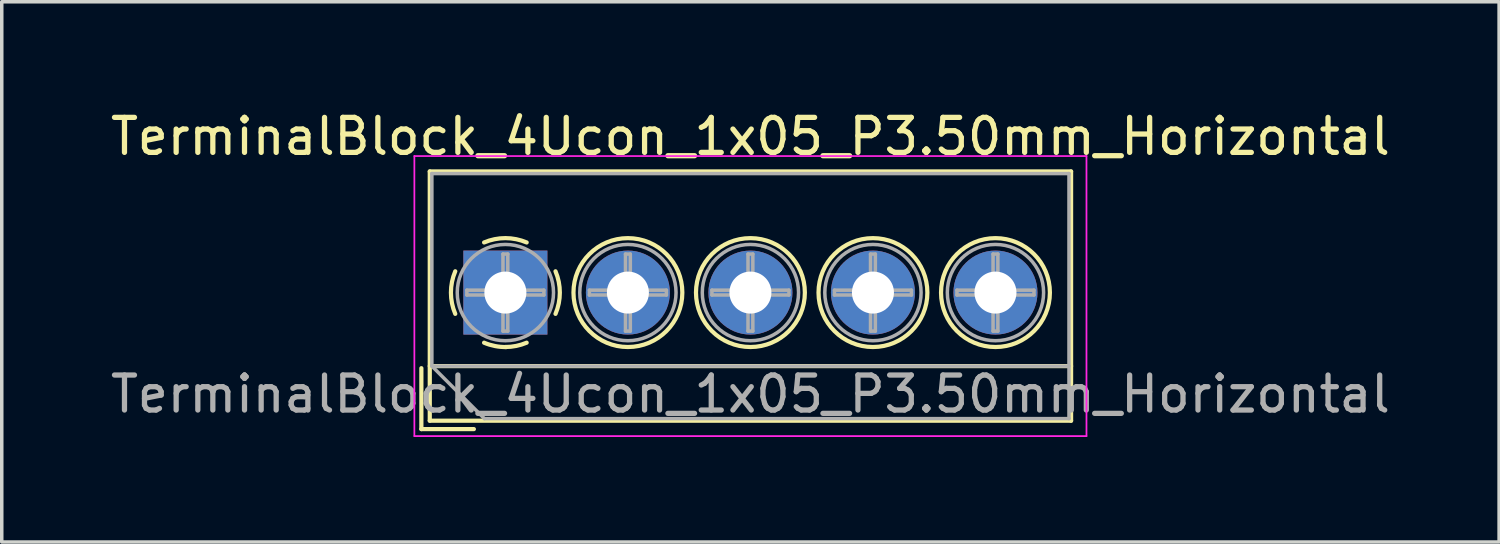
<source format=kicad_pcb>
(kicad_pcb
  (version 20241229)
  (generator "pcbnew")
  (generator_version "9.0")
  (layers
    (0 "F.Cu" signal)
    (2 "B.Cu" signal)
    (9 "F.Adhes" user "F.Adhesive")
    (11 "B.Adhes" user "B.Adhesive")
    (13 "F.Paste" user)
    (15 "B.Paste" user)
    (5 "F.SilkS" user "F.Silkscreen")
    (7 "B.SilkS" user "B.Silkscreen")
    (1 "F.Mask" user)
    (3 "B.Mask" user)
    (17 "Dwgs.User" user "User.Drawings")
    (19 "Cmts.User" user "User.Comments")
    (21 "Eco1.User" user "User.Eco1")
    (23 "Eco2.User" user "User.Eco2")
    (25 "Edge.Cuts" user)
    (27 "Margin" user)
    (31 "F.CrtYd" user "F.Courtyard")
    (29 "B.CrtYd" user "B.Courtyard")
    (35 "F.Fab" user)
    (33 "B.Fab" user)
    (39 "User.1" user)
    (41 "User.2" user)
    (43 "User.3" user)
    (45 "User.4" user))
  (footprint "TerminalBlock_4Ucon_1x05_P3.50mm_Horizontal"
    (layer "F.Cu")
    (at 11.387 5.308)
    (property "Reference" "TerminalBlock_4Ucon_1x05_P3.50mm_Horizontal" (at 7 -4.46 0) (layer "F.SilkS") (effects (font (size 1 1) (thickness 0.15))))
    (attr through_hole)
    (fp_line (start -2.4 2.16) (end -2.4 3.9) (stroke (width 0.12) (type solid)) (layer "F.SilkS"))
    (fp_line (start -2.4 3.9) (end -0.9 3.9) (stroke (width 0.12) (type solid)) (layer "F.SilkS"))
    (fp_line (start -2.16 -3.46) (end -2.16 3.66) (stroke (width 0.12) (type solid)) (layer "F.SilkS"))
    (fp_line (start -2.16 -3.46) (end 16.16 -3.46) (stroke (width 0.12) (type solid)) (layer "F.SilkS"))
    (fp_line (start -2.16 2.1) (end 16.16 2.1) (stroke (width 0.12) (type solid)) (layer "F.SilkS"))
    (fp_line (start -2.16 3.66) (end 16.16 3.66) (stroke (width 0.12) (type solid)) (layer "F.SilkS"))
    (fp_line (start 16.16 -3.46) (end 16.16 3.66) (stroke (width 0.12) (type solid)) (layer "F.SilkS"))
    (fp_arc (start -1.432109 0.607742) (mid -1.555727 -0.00014) (end -1.432 -0.608) (stroke (width 0.12) (type solid)) (layer "F.SilkS"))
    (fp_arc (start -0.607742 -1.432109) (mid 0.00014 -1.555727) (end 0.608 -1.432) (stroke (width 0.12) (type solid)) (layer "F.SilkS"))
    (fp_arc (start 0.027011 1.555493) (mid -0.296984 1.527118) (end -0.608 1.432) (stroke (width 0.12) (type solid)) (layer "F.SilkS"))
    (fp_arc (start 0.607587 1.431385) (mid 0.310017 1.523783) (end 0 1.555) (stroke (width 0.12) (type solid)) (layer "F.SilkS"))
    (fp_arc (start 1.432109 -0.607742) (mid 1.555727 0.00014) (end 1.432 0.608) (stroke (width 0.12) (type solid)) (layer "F.SilkS"))
    (fp_circle (center 3.5 0) (end 5.055 0) (stroke (width 0.12) (type solid)) (fill no) (layer "F.SilkS"))
    (fp_circle (center 7 0) (end 8.555 0) (stroke (width 0.12) (type solid)) (fill no) (layer "F.SilkS"))
    (fp_circle (center 10.5 0) (end 12.055 0) (stroke (width 0.12) (type solid)) (fill no) (layer "F.SilkS"))
    (fp_circle (center 14 0) (end 15.555 0) (stroke (width 0.12) (type solid)) (fill no) (layer "F.SilkS"))
    (fp_line (start -2.6 -3.9) (end -2.6 4.1) (stroke (width 0.05) (type solid)) (layer "F.CrtYd"))
    (fp_line (start -2.6 4.1) (end 16.6 4.1) (stroke (width 0.05) (type solid)) (layer "F.CrtYd"))
    (fp_line (start 16.6 -3.9) (end -2.6 -3.9) (stroke (width 0.05) (type solid)) (layer "F.CrtYd"))
    (fp_line (start 16.6 4.1) (end 16.6 -3.9) (stroke (width 0.05) (type solid)) (layer "F.CrtYd"))
    (fp_line (start -2.1 -3.4) (end 16.1 -3.4) (stroke (width 0.1) (type solid)) (layer "F.Fab"))
    (fp_line (start -2.1 2.1) (end -2.1 -3.4) (stroke (width 0.1) (type solid)) (layer "F.Fab"))
    (fp_line (start -2.1 2.1) (end 16.1 2.1) (stroke (width 0.1) (type solid)) (layer "F.Fab"))
    (fp_line (start -1.1 -0.069) (end -0.069 -0.069) (stroke (width 0.1) (type solid)) (layer "F.Fab"))
    (fp_line (start -1.1 0.069) (end -1.1 -0.069) (stroke (width 0.1) (type solid)) (layer "F.Fab"))
    (fp_line (start -0.6 3.6) (end -2.1 2.1) (stroke (width 0.1) (type solid)) (layer "F.Fab"))
    (fp_line (start -0.069 -1.1) (end 0.069 -1.1) (stroke (width 0.1) (type solid)) (layer "F.Fab"))
    (fp_line (start -0.069 -0.069) (end -0.069 -1.1) (stroke (width 0.1) (type solid)) (layer "F.Fab"))
    (fp_line (start -0.069 0.069) (end -1.1 0.069) (stroke (width 0.1) (type solid)) (layer "F.Fab"))
    (fp_line (start -0.069 1.1) (end -0.069 0.069) (stroke (width 0.1) (type solid)) (layer "F.Fab"))
    (fp_line (start 0.069 -1.1) (end 0.069 -0.069) (stroke (width 0.1) (type solid)) (layer "F.Fab"))
    (fp_line (start 0.069 -0.069) (end 1.1 -0.069) (stroke (width 0.1) (type solid)) (layer "F.Fab"))
    (fp_line (start 0.069 0.069) (end 0.069 1.1) (stroke (width 0.1) (type solid)) (layer "F.Fab"))
    (fp_line (start 0.069 1.1) (end -0.069 1.1) (stroke (width 0.1) (type solid)) (layer "F.Fab"))
    (fp_line (start 1.1 -0.069) (end 1.1 0.069) (stroke (width 0.1) (type solid)) (layer "F.Fab"))
    (fp_line (start 1.1 0.069) (end 0.069 0.069) (stroke (width 0.1) (type solid)) (layer "F.Fab"))
    (fp_line (start 2.4 -0.069) (end 3.431 -0.069) (stroke (width 0.1) (type solid)) (layer "F.Fab"))
    (fp_line (start 2.4 0.069) (end 2.4 -0.069) (stroke (width 0.1) (type solid)) (layer "F.Fab"))
    (fp_line (start 3.431 -1.1) (end 3.569 -1.1) (stroke (width 0.1) (type solid)) (layer "F.Fab"))
    (fp_line (start 3.431 -0.069) (end 3.431 -1.1) (stroke (width 0.1) (type solid)) (layer "F.Fab"))
    (fp_line (start 3.431 0.069) (end 2.4 0.069) (stroke (width 0.1) (type solid)) (layer "F.Fab"))
    (fp_line (start 3.431 1.1) (end 3.431 0.069) (stroke (width 0.1) (type solid)) (layer "F.Fab"))
    (fp_line (start 3.569 -1.1) (end 3.569 -0.069) (stroke (width 0.1) (type solid)) (layer "F.Fab"))
    (fp_line (start 3.569 -0.069) (end 4.6 -0.069) (stroke (width 0.1) (type solid)) (layer "F.Fab"))
    (fp_line (start 3.569 0.069) (end 3.569 1.1) (stroke (width 0.1) (type solid)) (layer "F.Fab"))
    (fp_line (start 3.569 1.1) (end 3.431 1.1) (stroke (width 0.1) (type solid)) (layer "F.Fab"))
    (fp_line (start 4.6 -0.069) (end 4.6 0.069) (stroke (width 0.1) (type solid)) (layer "F.Fab"))
    (fp_line (start 4.6 0.069) (end 3.569 0.069) (stroke (width 0.1) (type solid)) (layer "F.Fab"))
    (fp_line (start 5.9 -0.069) (end 6.931 -0.069) (stroke (width 0.1) (type solid)) (layer "F.Fab"))
    (fp_line (start 5.9 0.069) (end 5.9 -0.069) (stroke (width 0.1) (type solid)) (layer "F.Fab"))
    (fp_line (start 6.931 -1.1) (end 7.069 -1.1) (stroke (width 0.1) (type solid)) (layer "F.Fab"))
    (fp_line (start 6.931 -0.069) (end 6.931 -1.1) (stroke (width 0.1) (type solid)) (layer "F.Fab"))
    (fp_line (start 6.931 0.069) (end 5.9 0.069) (stroke (width 0.1) (type solid)) (layer "F.Fab"))
    (fp_line (start 6.931 1.1) (end 6.931 0.069) (stroke (width 0.1) (type solid)) (layer "F.Fab"))
    (fp_line (start 7.069 -1.1) (end 7.069 -0.069) (stroke (width 0.1) (type solid)) (layer "F.Fab"))
    (fp_line (start 7.069 -0.069) (end 8.1 -0.069) (stroke (width 0.1) (type solid)) (layer "F.Fab"))
    (fp_line (start 7.069 0.069) (end 7.069 1.1) (stroke (width 0.1) (type solid)) (layer "F.Fab"))
    (fp_line (start 7.069 1.1) (end 6.931 1.1) (stroke (width 0.1) (type solid)) (layer "F.Fab"))
    (fp_line (start 8.1 -0.069) (end 8.1 0.069) (stroke (width 0.1) (type solid)) (layer "F.Fab"))
    (fp_line (start 8.1 0.069) (end 7.069 0.069) (stroke (width 0.1) (type solid)) (layer "F.Fab"))
    (fp_line (start 9.4 -0.069) (end 10.431 -0.069) (stroke (width 0.1) (type solid)) (layer "F.Fab"))
    (fp_line (start 9.4 0.069) (end 9.4 -0.069) (stroke (width 0.1) (type solid)) (layer "F.Fab"))
    (fp_line (start 10.431 -1.1) (end 10.569 -1.1) (stroke (width 0.1) (type solid)) (layer "F.Fab"))
    (fp_line (start 10.431 -0.069) (end 10.431 -1.1) (stroke (width 0.1) (type solid)) (layer "F.Fab"))
    (fp_line (start 10.431 0.069) (end 9.4 0.069) (stroke (width 0.1) (type solid)) (layer "F.Fab"))
    (fp_line (start 10.431 1.1) (end 10.431 0.069) (stroke (width 0.1) (type solid)) (layer "F.Fab"))
    (fp_line (start 10.569 -1.1) (end 10.569 -0.069) (stroke (width 0.1) (type solid)) (layer "F.Fab"))
    (fp_line (start 10.569 -0.069) (end 11.6 -0.069) (stroke (width 0.1) (type solid)) (layer "F.Fab"))
    (fp_line (start 10.569 0.069) (end 10.569 1.1) (stroke (width 0.1) (type solid)) (layer "F.Fab"))
    (fp_line (start 10.569 1.1) (end 10.431 1.1) (stroke (width 0.1) (type solid)) (layer "F.Fab"))
    (fp_line (start 11.6 -0.069) (end 11.6 0.069) (stroke (width 0.1) (type solid)) (layer "F.Fab"))
    (fp_line (start 11.6 0.069) (end 10.569 0.069) (stroke (width 0.1) (type solid)) (layer "F.Fab"))
    (fp_line (start 12.9 -0.069) (end 13.931 -0.069) (stroke (width 0.1) (type solid)) (layer "F.Fab"))
    (fp_line (start 12.9 0.069) (end 12.9 -0.069) (stroke (width 0.1) (type solid)) (layer "F.Fab"))
    (fp_line (start 13.931 -1.1) (end 14.069 -1.1) (stroke (width 0.1) (type solid)) (layer "F.Fab"))
    (fp_line (start 13.931 -0.069) (end 13.931 -1.1) (stroke (width 0.1) (type solid)) (layer "F.Fab"))
    (fp_line (start 13.931 0.069) (end 12.9 0.069) (stroke (width 0.1) (type solid)) (layer "F.Fab"))
    (fp_line (start 13.931 1.1) (end 13.931 0.069) (stroke (width 0.1) (type solid)) (layer "F.Fab"))
    (fp_line (start 14.069 -1.1) (end 14.069 -0.069) (stroke (width 0.1) (type solid)) (layer "F.Fab"))
    (fp_line (start 14.069 -0.069) (end 15.1 -0.069) (stroke (width 0.1) (type solid)) (layer "F.Fab"))
    (fp_line (start 14.069 0.069) (end 14.069 1.1) (stroke (width 0.1) (type solid)) (layer "F.Fab"))
    (fp_line (start 14.069 1.1) (end 13.931 1.1) (stroke (width 0.1) (type solid)) (layer "F.Fab"))
    (fp_line (start 15.1 -0.069) (end 15.1 0.069) (stroke (width 0.1) (type solid)) (layer "F.Fab"))
    (fp_line (start 15.1 0.069) (end 14.069 0.069) (stroke (width 0.1) (type solid)) (layer "F.Fab"))
    (fp_line (start 16.1 -3.4) (end 16.1 3.6) (stroke (width 0.1) (type solid)) (layer "F.Fab"))
    (fp_line (start 16.1 3.6) (end -0.6 3.6) (stroke (width 0.1) (type solid)) (layer "F.Fab"))
    (fp_circle (center 0 0) (end 1.375 0) (stroke (width 0.1) (type solid)) (fill no) (layer "F.Fab"))
    (fp_circle (center 3.5 0) (end 4.875 0) (stroke (width 0.1) (type solid)) (fill no) (layer "F.Fab"))
    (fp_circle (center 7 0) (end 8.375 0) (stroke (width 0.1) (type solid)) (fill no) (layer "F.Fab"))
    (fp_circle (center 10.5 0) (end 11.875 0) (stroke (width 0.1) (type solid)) (fill no) (layer "F.Fab"))
    (fp_circle (center 14 0) (end 15.375 0) (stroke (width 0.1) (type solid)) (fill no) (layer "F.Fab"))
    (fp_text user "${REFERENCE}" (at 7 2.9 0) (layer "F.Fab") (effects (font (size 1 1) (thickness 0.15))))
    (pad "1" thru_hole rect (at 0 0) (size 2.4 2.4) (drill 1.2) (layers "*.Cu" "*.Mask"))
    (pad "2" thru_hole circle (at 3.5 0) (size 2.4 2.4) (drill 1.2) (layers "*.Cu" "*.Mask"))
    (pad "3" thru_hole circle (at 7 0) (size 2.4 2.4) (drill 1.2) (layers "*.Cu" "*.Mask"))
    (pad "4" thru_hole circle (at 10.5 0) (size 2.4 2.4) (drill 1.2) (layers "*.Cu" "*.Mask"))
    (pad "5" thru_hole circle (at 14 0) (size 2.4 2.4) (drill 1.2) (layers "*.Cu" "*.Mask")))
  (gr_rect
    (start -3 -3)
    (end 39.774 12.433)
    (stroke (width 0.1) (type default))
    (fill no)
    (layer "Edge.Cuts")))
</source>
